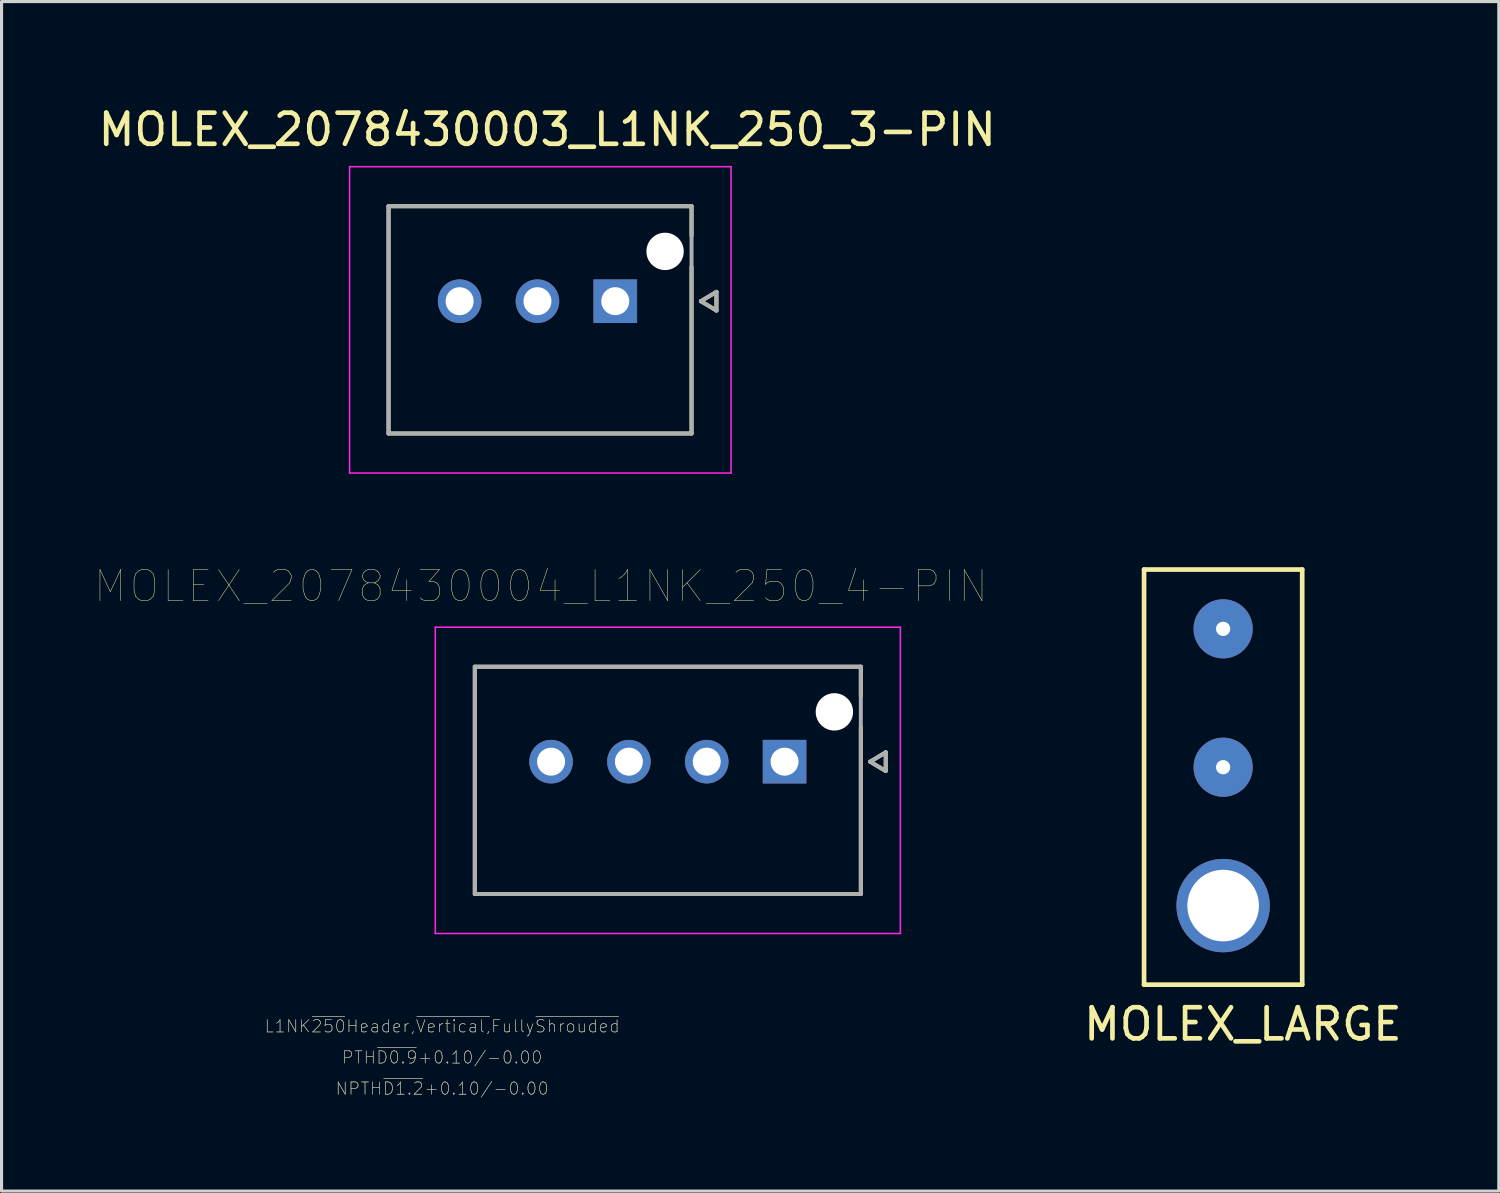
<source format=kicad_pcb>
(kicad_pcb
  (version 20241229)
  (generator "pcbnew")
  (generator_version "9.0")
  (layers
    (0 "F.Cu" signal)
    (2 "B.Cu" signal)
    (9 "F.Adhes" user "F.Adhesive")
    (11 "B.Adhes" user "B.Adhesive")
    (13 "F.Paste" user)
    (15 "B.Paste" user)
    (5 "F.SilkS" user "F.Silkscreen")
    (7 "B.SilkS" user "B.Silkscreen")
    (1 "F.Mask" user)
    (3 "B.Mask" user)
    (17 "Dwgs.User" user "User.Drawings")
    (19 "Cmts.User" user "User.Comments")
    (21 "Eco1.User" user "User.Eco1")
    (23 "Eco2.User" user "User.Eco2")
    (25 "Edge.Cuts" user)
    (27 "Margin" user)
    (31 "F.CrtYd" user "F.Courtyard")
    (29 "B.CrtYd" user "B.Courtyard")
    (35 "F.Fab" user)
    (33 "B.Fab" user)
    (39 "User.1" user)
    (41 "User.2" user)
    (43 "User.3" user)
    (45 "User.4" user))
  (footprint "MOLEX_2078430004_L1NK_250_4-PIN"
    (layer "F.Cu")
    (at 22.152 21.417)
    (property "Reference" "MOLEX_2078430004_L1NK_250_4-PIN" (at -7.825 -5.635 0) (layer "F.SilkS") (effects (font (size 1 1) (thickness 0.015))))
    (attr through_hole)
    (fp_circle (center -7.5 0) (end -7.112 0) (stroke (width 0.776) (type solid)) (fill no) (layer "F.Mask"))
    (fp_circle (center -5 0) (end -4.612 0) (stroke (width 0.776) (type solid)) (fill no) (layer "F.Mask"))
    (fp_circle (center -2.5 0) (end -2.112 0) (stroke (width 0.776) (type solid)) (fill no) (layer "F.Mask"))
    (fp_circle (center 1.6 -1.6) (end 1.938 -1.6) (stroke (width 0.676) (type solid)) (fill no) (layer "F.Mask"))
    (fp_poly (pts (xy -0.776 -0.776) (xy 0.776 -0.776) (xy 0.776 0.776) (xy -0.776 0.776)) (stroke (width 0.01) (type solid)) (fill yes) (layer "F.Mask"))
    (fp_circle (center -7.5 0) (end -7.112 0) (stroke (width 0.776) (type solid)) (fill no) (layer "B.Mask"))
    (fp_circle (center -5 0) (end -4.612 0) (stroke (width 0.776) (type solid)) (fill no) (layer "B.Mask"))
    (fp_circle (center -2.5 0) (end -2.112 0) (stroke (width 0.776) (type solid)) (fill no) (layer "B.Mask"))
    (fp_circle (center 1.6 -1.6) (end 1.938 -1.6) (stroke (width 0.676) (type solid)) (fill no) (layer "B.Mask"))
    (fp_poly (pts (xy -0.776 -0.776) (xy 0.776 -0.776) (xy 0.776 0.776) (xy -0.776 0.776)) (stroke (width 0.01) (type solid)) (fill yes) (layer "B.Mask"))
    (fp_line (start -9.95 -3.05) (end 2.45 -3.05) (stroke (width 0.127) (type solid)) (layer "F.SilkS"))
    (fp_line (start -9.95 4.25) (end -9.95 -3.05) (stroke (width 0.127) (type solid)) (layer "F.SilkS"))
    (fp_line (start 2.45 -3.05) (end 2.45 -2.1) (stroke (width 0.127) (type solid)) (layer "F.SilkS"))
    (fp_line (start 2.45 -1.1) (end 2.45 4.25) (stroke (width 0.127) (type solid)) (layer "F.SilkS"))
    (fp_line (start 2.45 4.25) (end -9.95 4.25) (stroke (width 0.127) (type solid)) (layer "F.SilkS"))
    (fp_line (start 2.75 0) (end 3.25 -0.3) (stroke (width 0.127) (type solid)) (layer "F.SilkS"))
    (fp_line (start 3.25 -0.3) (end 3.25 0.3) (stroke (width 0.127) (type solid)) (layer "F.SilkS"))
    (fp_line (start 3.25 0.3) (end 2.75 0) (stroke (width 0.127) (type solid)) (layer "F.SilkS"))
    (fp_line (start -11.22 -4.32) (end 3.72 -4.32) (stroke (width 0.05) (type solid)) (layer "F.CrtYd"))
    (fp_line (start -11.22 5.52) (end -11.22 -4.32) (stroke (width 0.05) (type solid)) (layer "F.CrtYd"))
    (fp_line (start 3.72 -4.32) (end 3.72 5.52) (stroke (width 0.05) (type solid)) (layer "F.CrtYd"))
    (fp_line (start 3.72 5.52) (end -11.22 5.52) (stroke (width 0.05) (type solid)) (layer "F.CrtYd"))
    (fp_line (start -9.95 -3.05) (end 2.45 -3.05) (stroke (width 0.127) (type solid)) (layer "F.Fab"))
    (fp_line (start -9.95 4.25) (end -9.95 -3.05) (stroke (width 0.127) (type solid)) (layer "F.Fab"))
    (fp_line (start 2.45 -3.05) (end 2.45 4.25) (stroke (width 0.127) (type solid)) (layer "F.Fab"))
    (fp_line (start 2.45 4.25) (end -9.95 4.25) (stroke (width 0.127) (type solid)) (layer "F.Fab"))
    (fp_line (start 2.75 0) (end 3.25 -0.3) (stroke (width 0.127) (type solid)) (layer "F.Fab"))
    (fp_line (start 3.25 -0.3) (end 3.25 0.3) (stroke (width 0.127) (type solid)) (layer "F.Fab"))
    (fp_line (start 3.25 0.3) (end 2.75 0) (stroke (width 0.127) (type solid)) (layer "F.Fab"))
    (fp_text user "PTH~{D0.9}+0.10/-0.00" (at -11 9.5 0) (layer "F.SilkS") (effects (font (size 0.394 0.394) (thickness 0.015))))
    (fp_text user "NPTH~{D1.2}+0.10/-0.00" (at -11 10.5 0) (layer "F.SilkS") (effects (font (size 0.394 0.394) (thickness 0.015))))
    (fp_text user "L1NK~{250}Header,~{Vertical,}Fully~{Shrouded}" (at -11 8.5 0) (layer "F.SilkS") (effects (font (size 0.394 0.394) (thickness 0.015))))
    (fp_text user "NPTH~{D1.2}+0.10/-0.00" (at -11 10.5 0) (layer "F.Fab") (effects (font (size 0.394 0.394) (thickness 0.015))))
    (fp_text user "L1NK~{250}Header,~{Vertical,}Fully~{Shrouded}" (at -11 8.5 0) (layer "F.Fab") (effects (font (size 0.394 0.394) (thickness 0.015))))
    (fp_text user "PTH~{D0.9}+0.10/-0.00" (at -11 9.5 0) (layer "F.Fab") (effects (font (size 0.394 0.394) (thickness 0.015))))
    (pad "" np_thru_hole circle (at 1.6 -1.6) (size 1.2 1.2) (drill 1.2) (layers "*.Cu" "*.Mask"))
    (pad "1" thru_hole rect (at 0 0) (size 1.4 1.4) (drill 0.9) (layers "*.Cu"))
    (pad "2" thru_hole circle (at -2.5 0) (size 1.4 1.4) (drill 0.9) (layers "*.Cu"))
    (pad "3" thru_hole circle (at -5 0) (size 1.4 1.4) (drill 0.9) (layers "*.Cu"))
    (pad "4" thru_hole circle (at -7.5 0) (size 1.4 1.4) (drill 0.9) (layers "*.Cu")))
  (footprint "MOLEX_LARGE"
    (layer "F.Cu")
    (at 36.24 27.945)
    (property "Reference" "MOLEX_LARGE" (at 0.635 1.905 0) (layer "F.SilkS") (effects (font (size 1 1) (thickness 0.15))))
    (attr through_hole)
    (fp_line (start -2.54 -12.7) (end -2.54 0.635) (stroke (width 0.15) (type solid)) (layer "F.SilkS"))
    (fp_line (start -2.54 0.635) (end 2.54 0.635) (stroke (width 0.15) (type solid)) (layer "F.SilkS"))
    (fp_line (start 2.54 -12.7) (end -2.54 -12.7) (stroke (width 0.15) (type solid)) (layer "F.SilkS"))
    (fp_line (start 2.54 0.635) (end 2.54 -12.7) (stroke (width 0.15) (type solid)) (layer "F.SilkS"))
    (pad "1" thru_hole circle (at 0 -10.795) (size 1.9 1.9) (drill 0.457) (layers "*.Cu" "*.Mask"))
    (pad "2" thru_hole circle (at 0 -6.35) (size 1.9 1.9) (drill 0.457) (layers "*.Cu" "*.Mask"))
    (pad "3" thru_hole circle (at 0 -1.905) (size 3 3) (drill 2.3) (layers "*.Cu" "*.Mask")))
  (footprint "MOLEX_2078430003_L1NK_250_3-PIN"
    (layer "F.Cu")
    (at 13.107 0.25)
    (property "Reference" "MOLEX_2078430003_L1NK_250_3-PIN" (at 1.422 0.864 0) (layer "F.SilkS") (effects (font (size 1 1) (thickness 0.15))))
    (attr through_hole)
    (fp_circle (center -1.393 6.375) (end -1.005 6.375) (stroke (width 0.776) (type solid)) (fill no) (layer "F.Mask"))
    (fp_circle (center 1.107 6.375) (end 1.495 6.375) (stroke (width 0.776) (type solid)) (fill no) (layer "F.Mask"))
    (fp_circle (center 5.207 4.775) (end 5.545 4.775) (stroke (width 0.676) (type solid)) (fill no) (layer "F.Mask"))
    (fp_poly (pts (xy 2.831 5.599) (xy 4.383 5.599) (xy 4.383 7.152) (xy 2.831 7.152)) (stroke (width 0.01) (type solid)) (fill yes) (layer "F.Mask"))
    (fp_circle (center -1.393 6.375) (end -1.005 6.375) (stroke (width 0.776) (type solid)) (fill no) (layer "B.Mask"))
    (fp_circle (center 1.107 6.375) (end 1.495 6.375) (stroke (width 0.776) (type solid)) (fill no) (layer "B.Mask"))
    (fp_circle (center 5.207 4.775) (end 5.545 4.775) (stroke (width 0.676) (type solid)) (fill no) (layer "B.Mask"))
    (fp_poly (pts (xy 2.831 5.599) (xy 4.383 5.599) (xy 4.383 7.152) (xy 2.831 7.152)) (stroke (width 0.01) (type solid)) (fill yes) (layer "B.Mask"))
    (fp_line (start -3.676 3.325) (end 6.057 3.325) (stroke (width 0.127) (type solid)) (layer "F.SilkS"))
    (fp_line (start -3.676 10.625) (end -3.676 3.325) (stroke (width 0.127) (type solid)) (layer "F.SilkS"))
    (fp_line (start 6.057 3.325) (end 6.057 4.275) (stroke (width 0.127) (type solid)) (layer "F.SilkS"))
    (fp_line (start 6.057 5.275) (end 6.057 10.625) (stroke (width 0.127) (type solid)) (layer "F.SilkS"))
    (fp_line (start 6.057 10.625) (end -3.676 10.625) (stroke (width 0.127) (type solid)) (layer "F.SilkS"))
    (fp_line (start 6.357 6.375) (end 6.857 6.075) (stroke (width 0.127) (type solid)) (layer "F.SilkS"))
    (fp_line (start 6.857 6.075) (end 6.857 6.675) (stroke (width 0.127) (type solid)) (layer "F.SilkS"))
    (fp_line (start 6.857 6.675) (end 6.357 6.375) (stroke (width 0.127) (type solid)) (layer "F.SilkS"))
    (fp_line (start -4.928 2.055) (end 7.327 2.055) (stroke (width 0.05) (type solid)) (layer "F.CrtYd"))
    (fp_line (start -4.928 11.895) (end -4.928 2.055) (stroke (width 0.05) (type solid)) (layer "F.CrtYd"))
    (fp_line (start 7.327 2.055) (end 7.327 11.895) (stroke (width 0.05) (type solid)) (layer "F.CrtYd"))
    (fp_line (start 7.327 11.895) (end -4.928 11.895) (stroke (width 0.05) (type solid)) (layer "F.CrtYd"))
    (fp_line (start -3.676 3.325) (end 6.057 3.325) (stroke (width 0.127) (type solid)) (layer "F.Fab"))
    (fp_line (start -3.676 10.625) (end -3.676 3.325) (stroke (width 0.127) (type solid)) (layer "F.Fab"))
    (fp_line (start 6.057 3.325) (end 6.057 10.625) (stroke (width 0.127) (type solid)) (layer "F.Fab"))
    (fp_line (start 6.057 10.625) (end -3.676 10.625) (stroke (width 0.127) (type solid)) (layer "F.Fab"))
    (fp_line (start 6.357 6.375) (end 6.857 6.075) (stroke (width 0.127) (type solid)) (layer "F.Fab"))
    (fp_line (start 6.857 6.075) (end 6.857 6.675) (stroke (width 0.127) (type solid)) (layer "F.Fab"))
    (fp_line (start 6.857 6.675) (end 6.357 6.375) (stroke (width 0.127) (type solid)) (layer "F.Fab"))
    (pad "" np_thru_hole circle (at 5.207 4.775) (size 1.2 1.2) (drill 1.2) (layers "*.Cu" "*.Mask"))
    (pad "1" thru_hole rect (at 3.607 6.375) (size 1.4 1.4) (drill 0.9) (layers "*.Cu"))
    (pad "2" thru_hole circle (at 1.107 6.375) (size 1.4 1.4) (drill 0.9) (layers "*.Cu"))
    (pad "3" thru_hole circle (at -1.393 6.375) (size 1.4 1.4) (drill 0.9) (layers "*.Cu")))
  (gr_rect
    (start -3 -3)
    (end 45.095 35.21)
    (stroke (width 0.1) (type default))
    (fill no)
    (layer "Edge.Cuts")))
</source>
